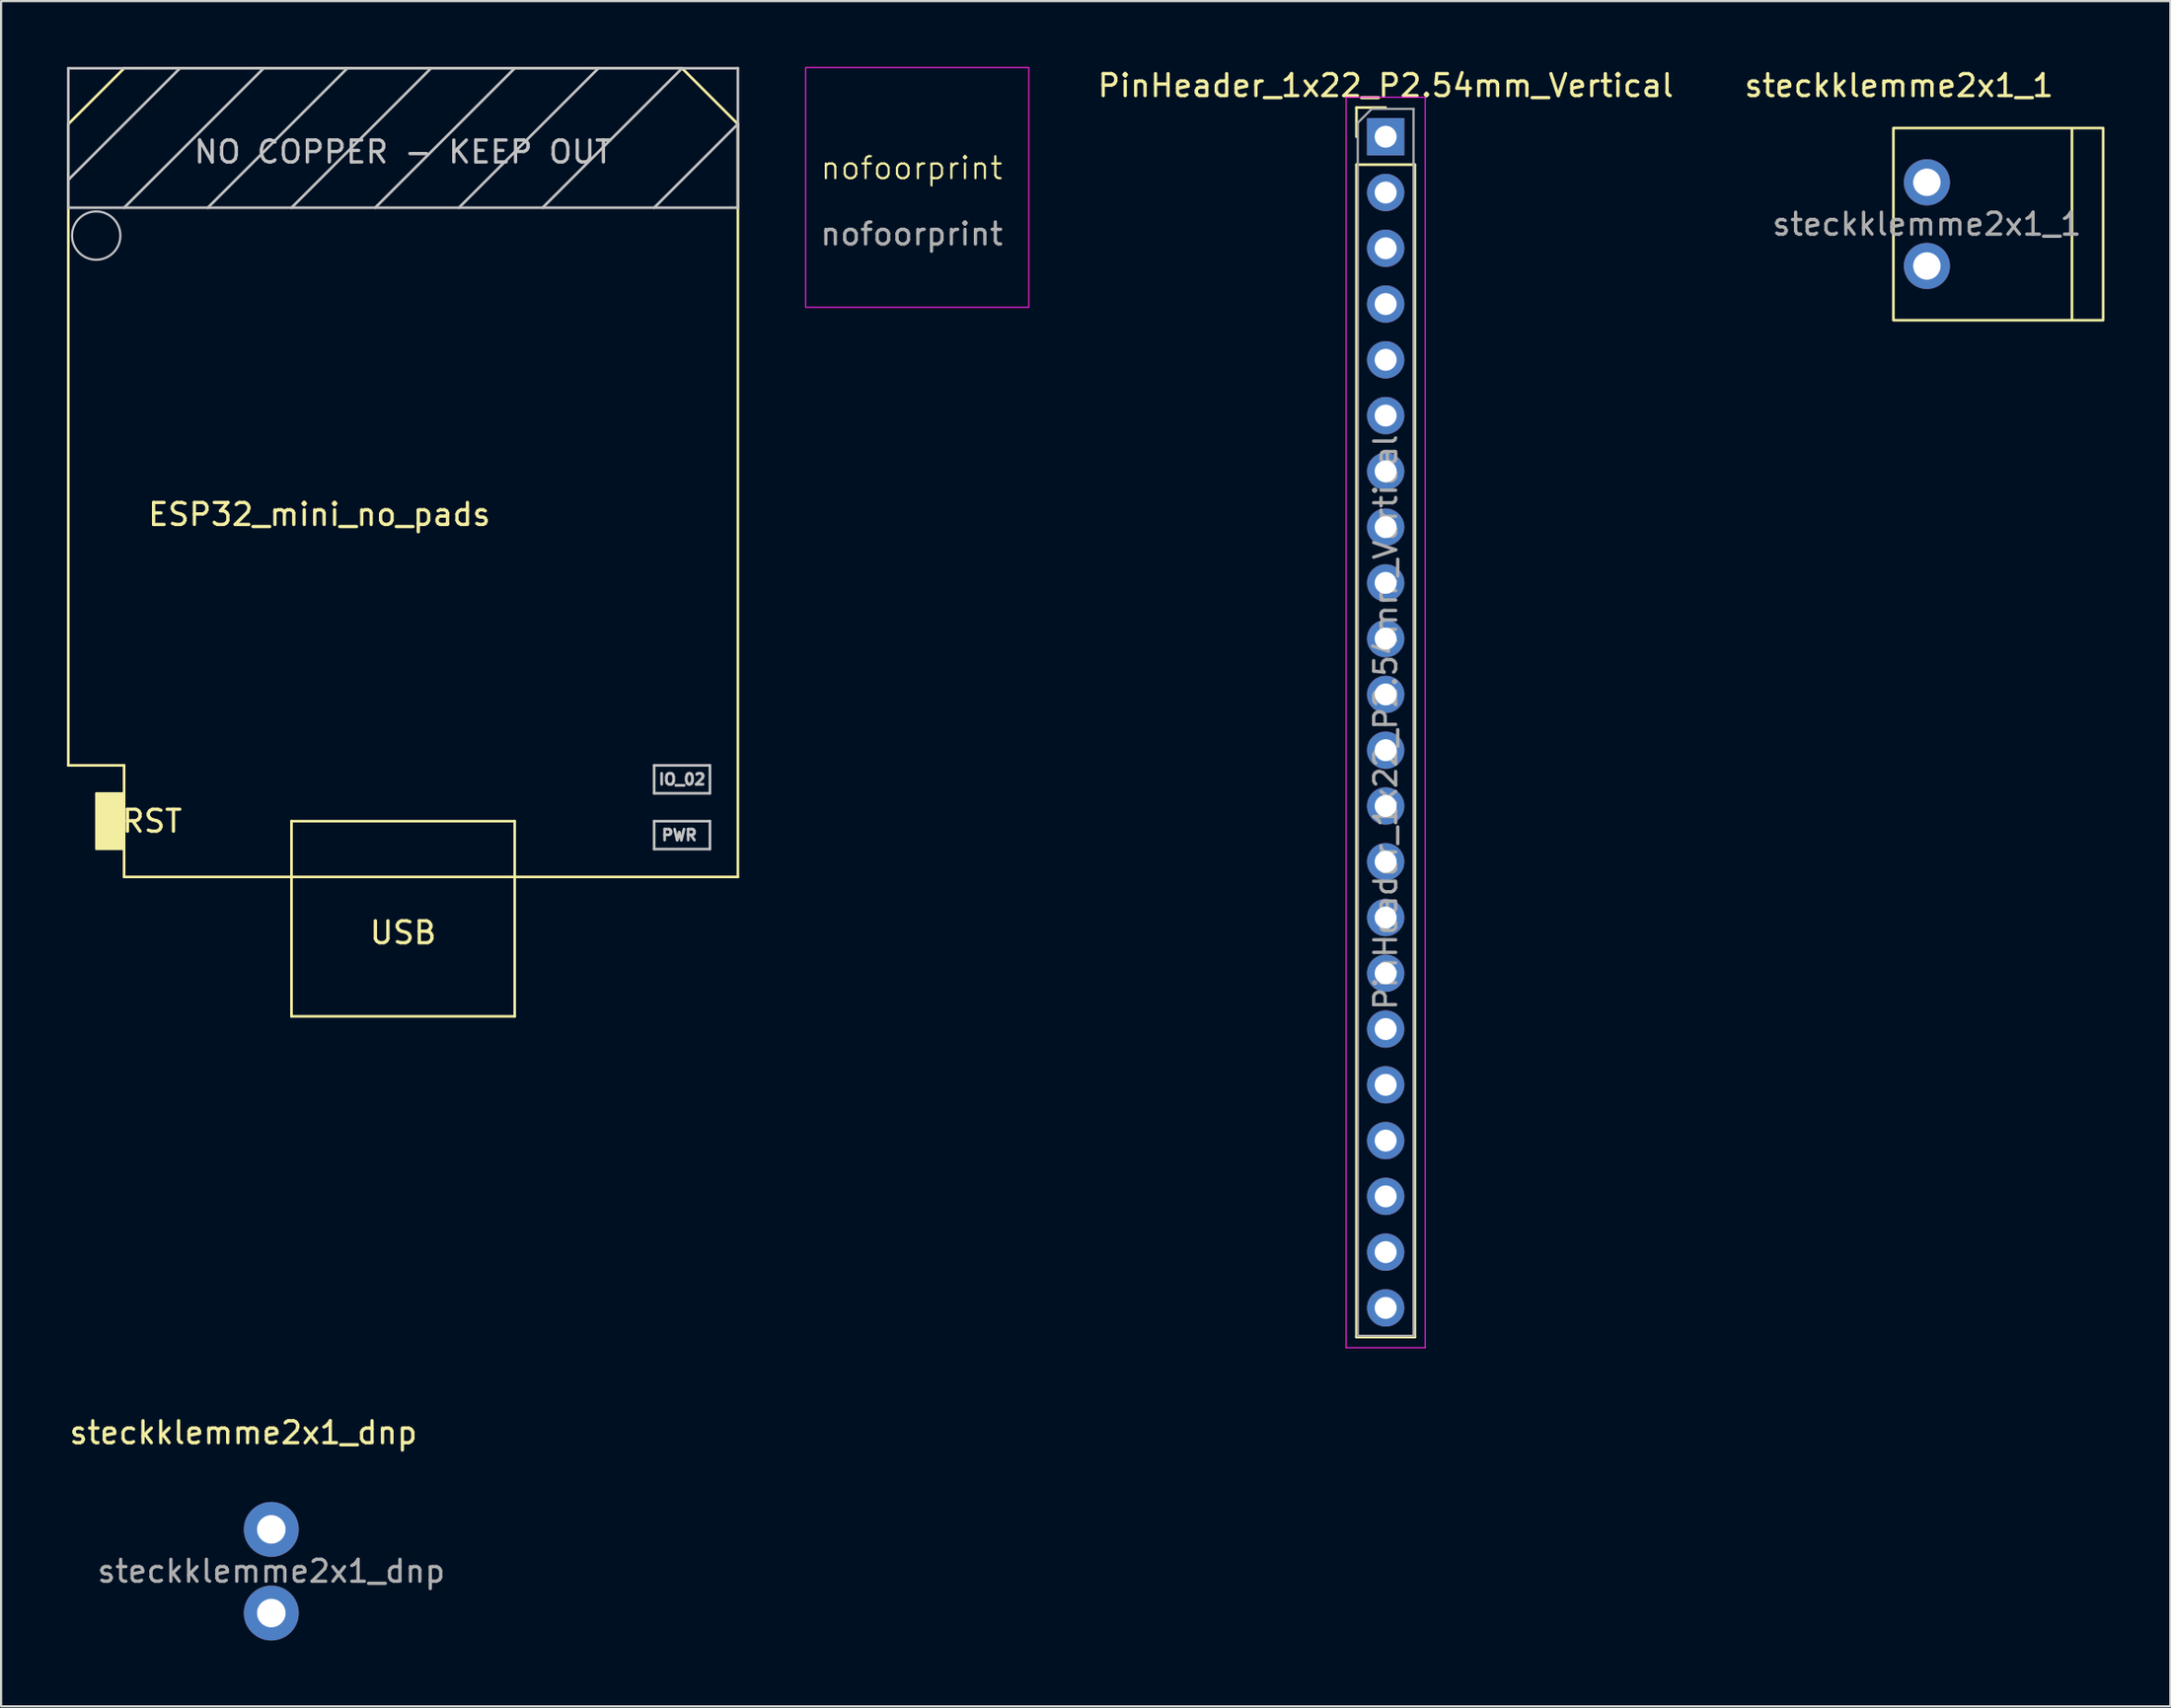
<source format=kicad_pcb>
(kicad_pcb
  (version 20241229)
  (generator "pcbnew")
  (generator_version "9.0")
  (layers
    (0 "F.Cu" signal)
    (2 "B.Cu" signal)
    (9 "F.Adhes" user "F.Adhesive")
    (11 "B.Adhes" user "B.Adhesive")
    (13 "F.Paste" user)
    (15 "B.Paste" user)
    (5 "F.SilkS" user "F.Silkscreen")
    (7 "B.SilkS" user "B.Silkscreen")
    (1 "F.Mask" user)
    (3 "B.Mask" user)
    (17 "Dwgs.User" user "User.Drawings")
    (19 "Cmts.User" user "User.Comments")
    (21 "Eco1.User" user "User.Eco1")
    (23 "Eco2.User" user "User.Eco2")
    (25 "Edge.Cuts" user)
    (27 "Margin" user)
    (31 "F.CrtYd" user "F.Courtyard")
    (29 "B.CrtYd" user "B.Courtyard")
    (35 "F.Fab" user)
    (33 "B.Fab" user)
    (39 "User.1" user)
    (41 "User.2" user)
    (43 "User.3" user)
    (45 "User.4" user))
  (footprint "steckklemme2x1_dnp"
    (layer "F.Cu")
    (at 9.3 68.511)
    (property "Reference" "steckklemme2x1_dnp" (at -1.27 -6.31 0) (unlocked yes) (layer "F.SilkS") (effects (font (size 1 1) (thickness 0.15))))
    (attr through_hole)
    (fp_text user "${REFERENCE}" (at 0 0 0) (unlocked yes) (layer "F.Fab") (effects (font (size 1 1) (thickness 0.15))))
    (pad "1" thru_hole circle (at 0 -1.905) (size 2.5 2.5) (drill 1.3) (layers "*.Cu" "*.Mask"))
    (pad "2" thru_hole circle (at 0 1.905) (size 2.5 2.5) (drill 1.3) (layers "*.Cu" "*.Mask")))
  (footprint "ESP32_mini_no_pads"
    (layer "F.Cu")
    (at 15.3 19.11)
    (property "Reference" "ESP32_mini_no_pads" (at -3.81 1.27 0) (layer "F.SilkS") (effects (font (size 1 1) (thickness 0.15))))
    (attr through_hole)
    (fp_line (start -15.24 -16.51) (end -15.24 12.7) (stroke (width 0.12) (type solid)) (layer "F.SilkS"))
    (fp_line (start -15.24 12.7) (end -12.7 12.7) (stroke (width 0.12) (type solid)) (layer "F.SilkS"))
    (fp_line (start -12.7 -19.05) (end -15.24 -16.51) (stroke (width 0.12) (type solid)) (layer "F.SilkS"))
    (fp_line (start -12.7 -19.05) (end -11.43 -19.05) (stroke (width 0.12) (type solid)) (layer "F.SilkS"))
    (fp_line (start -12.7 12.7) (end -12.7 17.78) (stroke (width 0.12) (type solid)) (layer "F.SilkS"))
    (fp_line (start -12.7 17.78) (end 15.24 17.78) (stroke (width 0.12) (type solid)) (layer "F.SilkS"))
    (fp_line (start -5.08 15.24) (end 5.08 15.24) (stroke (width 0.12) (type solid)) (layer "F.SilkS"))
    (fp_line (start -5.08 17.78) (end -5.08 15.24) (stroke (width 0.12) (type solid)) (layer "F.SilkS"))
    (fp_line (start -5.08 17.78) (end -5.08 24.13) (stroke (width 0.12) (type solid)) (layer "F.SilkS"))
    (fp_line (start -5.08 24.13) (end 5.08 24.13) (stroke (width 0.12) (type solid)) (layer "F.SilkS"))
    (fp_line (start 5.08 15.24) (end 5.08 17.78) (stroke (width 0.12) (type solid)) (layer "F.SilkS"))
    (fp_line (start 5.08 24.13) (end 5.08 17.78) (stroke (width 0.12) (type solid)) (layer "F.SilkS"))
    (fp_line (start 12.7 -19.05) (end -11.43 -19.05) (stroke (width 0.12) (type solid)) (layer "F.SilkS"))
    (fp_line (start 12.7 -19.05) (end 15.24 -16.51) (stroke (width 0.12) (type solid)) (layer "F.SilkS"))
    (fp_line (start 15.24 -16.51) (end 15.24 17.78) (stroke (width 0.12) (type solid)) (layer "F.SilkS"))
    (fp_poly (pts (xy -13.97 16.51) (xy -13.97 13.97) (xy -12.7 13.97) (xy -12.7 16.51)) (stroke (width 0.1) (type solid)) (fill yes) (layer "F.SilkS"))
    (fp_line (start -15.24 -19.05) (end -15.24 -12.7) (stroke (width 0.12) (type solid)) (layer "Dwgs.User"))
    (fp_line (start -15.24 -12.7) (end 15.24 -12.7) (stroke (width 0.12) (type solid)) (layer "Dwgs.User"))
    (fp_line (start -10.16 -19.05) (end -15.24 -13.97) (stroke (width 0.12) (type solid)) (layer "Dwgs.User"))
    (fp_line (start -6.35 -19.05) (end -12.7 -12.7) (stroke (width 0.12) (type solid)) (layer "Dwgs.User"))
    (fp_line (start -2.54 -19.05) (end -8.89 -12.7) (stroke (width 0.12) (type solid)) (layer "Dwgs.User"))
    (fp_line (start 1.27 -19.05) (end -5.08 -12.7) (stroke (width 0.12) (type solid)) (layer "Dwgs.User"))
    (fp_line (start 5.08 -19.05) (end -1.27 -12.7) (stroke (width 0.12) (type solid)) (layer "Dwgs.User"))
    (fp_line (start 8.89 -19.05) (end 2.54 -12.7) (stroke (width 0.12) (type solid)) (layer "Dwgs.User"))
    (fp_line (start 11.43 12.7) (end 11.43 13.97) (stroke (width 0.12) (type solid)) (layer "Dwgs.User"))
    (fp_line (start 11.43 13.97) (end 13.97 13.97) (stroke (width 0.12) (type solid)) (layer "Dwgs.User"))
    (fp_line (start 11.43 15.24) (end 13.97 15.24) (stroke (width 0.12) (type solid)) (layer "Dwgs.User"))
    (fp_line (start 11.43 16.51) (end 11.43 15.24) (stroke (width 0.12) (type solid)) (layer "Dwgs.User"))
    (fp_line (start 12.7 -19.05) (end 6.35 -12.7) (stroke (width 0.12) (type solid)) (layer "Dwgs.User"))
    (fp_line (start 13.97 12.7) (end 11.43 12.7) (stroke (width 0.12) (type solid)) (layer "Dwgs.User"))
    (fp_line (start 13.97 13.97) (end 13.97 12.7) (stroke (width 0.12) (type solid)) (layer "Dwgs.User"))
    (fp_line (start 13.97 15.24) (end 13.97 16.51) (stroke (width 0.12) (type solid)) (layer "Dwgs.User"))
    (fp_line (start 13.97 16.51) (end 11.43 16.51) (stroke (width 0.12) (type solid)) (layer "Dwgs.User"))
    (fp_line (start 15.24 -19.05) (end -15.24 -19.05) (stroke (width 0.12) (type solid)) (layer "Dwgs.User"))
    (fp_line (start 15.24 -16.51) (end 11.43 -12.7) (stroke (width 0.12) (type solid)) (layer "Dwgs.User"))
    (fp_line (start 15.24 -12.7) (end 15.24 -19.05) (stroke (width 0.12) (type solid)) (layer "Dwgs.User"))
    (fp_circle (center -13.97 -11.43) (end -12.87 -11.43) (stroke (width 0.1) (type default)) (fill no) (layer "Dwgs.User"))
    (fp_text user "RST" (at -11.43 15.24 0) (layer "F.SilkS") (effects (font (size 1 1) (thickness 0.15))))
    (fp_text user "USB" (at 0 20.32 0) (layer "F.SilkS") (effects (font (size 1 1) (thickness 0.15))))
    (fp_text user "PWR" (at 12.573 15.875 0) (layer "Dwgs.User") (effects (font (size 0.5 0.5) (thickness 0.125))))
    (fp_text user "IO_02" (at 12.7 13.335 0) (layer "Dwgs.User") (effects (font (size 0.5 0.5) (thickness 0.125))))
    (fp_text user "NO COPPER - KEEP OUT" (at 0 -15.24 0) (layer "Dwgs.User") (effects (font (size 1 1) (thickness 0.15)))))
  (footprint "nofoorprint"
    (layer "F.Cu")
    (at 38.451 5.105)
    (property "Reference" "nofoorprint" (at 0 -0.5 0) (unlocked yes) (layer "F.SilkS") (effects (font (size 1 1) (thickness 0.1))))
    (attr smd)
    (fp_rect (start -4.826 -5.08) (end 5.334 5.842) (stroke (width 0.05) (type default)) (fill no) (layer "F.CrtYd"))
    (fp_text user "${REFERENCE}" (at 0 2.5 0) (unlocked yes) (layer "F.Fab") (effects (font (size 1 1) (thickness 0.15)))))
  (footprint "steckklemme2x1_1"
    (layer "F.Cu")
    (at 84.669 7.158)
    (property "Reference" "steckklemme2x1_1" (at -1.27 -6.31 0) (unlocked yes) (layer "F.SilkS") (effects (font (size 1 1) (thickness 0.15))))
    (attr through_hole)
    (fp_line (start 6.604 -4.318) (end 6.604 4.318) (stroke (width 0.12) (type solid)) (layer "F.SilkS"))
    (fp_rect (start 8.024 -4.377) (end -1.524 4.377) (stroke (width 0.12) (type solid)) (fill no) (layer "F.SilkS"))
    (fp_text user "${REFERENCE}" (at 0 0 0) (unlocked yes) (layer "F.Fab") (effects (font (size 1 1) (thickness 0.15))))
    (pad "1" thru_hole circle (at 0 -1.905) (size 2.1 2.1) (drill 1.25) (layers "*.Cu" "*.Mask"))
    (pad "2" thru_hole circle (at 0 1.905) (size 2.1 2.1) (drill 1.25) (layers "*.Cu" "*.Mask")))
  (footprint "PinHeader_1x22_P2.54mm_Vertical"
    (layer "F.Cu")
    (at 60.03 3.178)
    (property "Reference" "PinHeader_1x22_P2.54mm_Vertical" (at 0 -2.33 0) (layer "F.SilkS") (effects (font (size 1 1) (thickness 0.15))))
    (attr through_hole)
    (fp_line (start -1.33 -1.33) (end 0 -1.33) (stroke (width 0.12) (type solid)) (layer "F.SilkS"))
    (fp_line (start -1.33 0) (end -1.33 -1.33) (stroke (width 0.12) (type solid)) (layer "F.SilkS"))
    (fp_line (start -1.33 1.27) (end -1.33 54.67) (stroke (width 0.12) (type solid)) (layer "F.SilkS"))
    (fp_line (start -1.33 1.27) (end 1.33 1.27) (stroke (width 0.12) (type solid)) (layer "F.SilkS"))
    (fp_line (start -1.33 54.67) (end 1.33 54.67) (stroke (width 0.12) (type solid)) (layer "F.SilkS"))
    (fp_line (start 1.33 1.27) (end 1.33 54.67) (stroke (width 0.12) (type solid)) (layer "F.SilkS"))
    (fp_line (start -1.8 -1.8) (end -1.8 55.15) (stroke (width 0.05) (type solid)) (layer "F.CrtYd"))
    (fp_line (start -1.8 55.15) (end 1.8 55.15) (stroke (width 0.05) (type solid)) (layer "F.CrtYd"))
    (fp_line (start 1.8 -1.8) (end -1.8 -1.8) (stroke (width 0.05) (type solid)) (layer "F.CrtYd"))
    (fp_line (start 1.8 55.15) (end 1.8 -1.8) (stroke (width 0.05) (type solid)) (layer "F.CrtYd"))
    (fp_line (start -1.27 -0.635) (end -0.635 -1.27) (stroke (width 0.1) (type solid)) (layer "F.Fab"))
    (fp_line (start -1.27 54.61) (end -1.27 -0.635) (stroke (width 0.1) (type solid)) (layer "F.Fab"))
    (fp_line (start -0.635 -1.27) (end 1.27 -1.27) (stroke (width 0.1) (type solid)) (layer "F.Fab"))
    (fp_line (start 1.27 -1.27) (end 1.27 54.61) (stroke (width 0.1) (type solid)) (layer "F.Fab"))
    (fp_line (start 1.27 54.61) (end -1.27 54.61) (stroke (width 0.1) (type solid)) (layer "F.Fab"))
    (fp_text user "${REFERENCE}" (at 0 26.67 90) (layer "F.Fab") (effects (font (size 1 1) (thickness 0.15))))
    (pad "1" thru_hole rect (at 0 0) (size 1.7 1.7) (drill 1) (layers "*.Cu" "*.Mask"))
    (pad "2" thru_hole oval (at 0 2.54) (size 1.7 1.7) (drill 1) (layers "*.Cu" "*.Mask"))
    (pad "3" thru_hole oval (at 0 5.08) (size 1.7 1.7) (drill 1) (layers "*.Cu" "*.Mask"))
    (pad "4" thru_hole oval (at 0 7.62) (size 1.7 1.7) (drill 1) (layers "*.Cu" "*.Mask"))
    (pad "5" thru_hole oval (at 0 10.16) (size 1.7 1.7) (drill 1) (layers "*.Cu" "*.Mask"))
    (pad "6" thru_hole oval (at 0 12.7) (size 1.7 1.7) (drill 1) (layers "*.Cu" "*.Mask"))
    (pad "7" thru_hole oval (at 0 15.24) (size 1.7 1.7) (drill 1) (layers "*.Cu" "*.Mask"))
    (pad "8" thru_hole oval (at 0 17.78) (size 1.7 1.7) (drill 1) (layers "*.Cu" "*.Mask"))
    (pad "9" thru_hole oval (at 0 20.32) (size 1.7 1.7) (drill 1) (layers "*.Cu" "*.Mask"))
    (pad "10" thru_hole oval (at 0 22.86) (size 1.7 1.7) (drill 1) (layers "*.Cu" "*.Mask"))
    (pad "11" thru_hole oval (at 0 25.4) (size 1.7 1.7) (drill 1) (layers "*.Cu" "*.Mask"))
    (pad "12" thru_hole oval (at 0 27.94) (size 1.7 1.7) (drill 1) (layers "*.Cu" "*.Mask"))
    (pad "13" thru_hole oval (at 0 30.48) (size 1.7 1.7) (drill 1) (layers "*.Cu" "*.Mask"))
    (pad "14" thru_hole oval (at 0 33.02) (size 1.7 1.7) (drill 1) (layers "*.Cu" "*.Mask"))
    (pad "15" thru_hole oval (at 0 35.56) (size 1.7 1.7) (drill 1) (layers "*.Cu" "*.Mask"))
    (pad "16" thru_hole oval (at 0 38.1) (size 1.7 1.7) (drill 1) (layers "*.Cu" "*.Mask"))
    (pad "17" thru_hole oval (at 0 40.64) (size 1.7 1.7) (drill 1) (layers "*.Cu" "*.Mask"))
    (pad "18" thru_hole oval (at 0 43.18) (size 1.7 1.7) (drill 1) (layers "*.Cu" "*.Mask"))
    (pad "19" thru_hole oval (at 0 45.72) (size 1.7 1.7) (drill 1) (layers "*.Cu" "*.Mask"))
    (pad "20" thru_hole oval (at 0 48.26) (size 1.7 1.7) (drill 1) (layers "*.Cu" "*.Mask"))
    (pad "21" thru_hole oval (at 0 50.8) (size 1.7 1.7) (drill 1) (layers "*.Cu" "*.Mask"))
    (pad "22" thru_hole oval (at 0 53.34) (size 1.7 1.7) (drill 1) (layers "*.Cu" "*.Mask")))
  (gr_rect
    (start -3 -3)
    (end 95.753 74.666)
    (stroke (width 0.1) (type default))
    (fill no)
    (layer "Edge.Cuts")))
</source>
